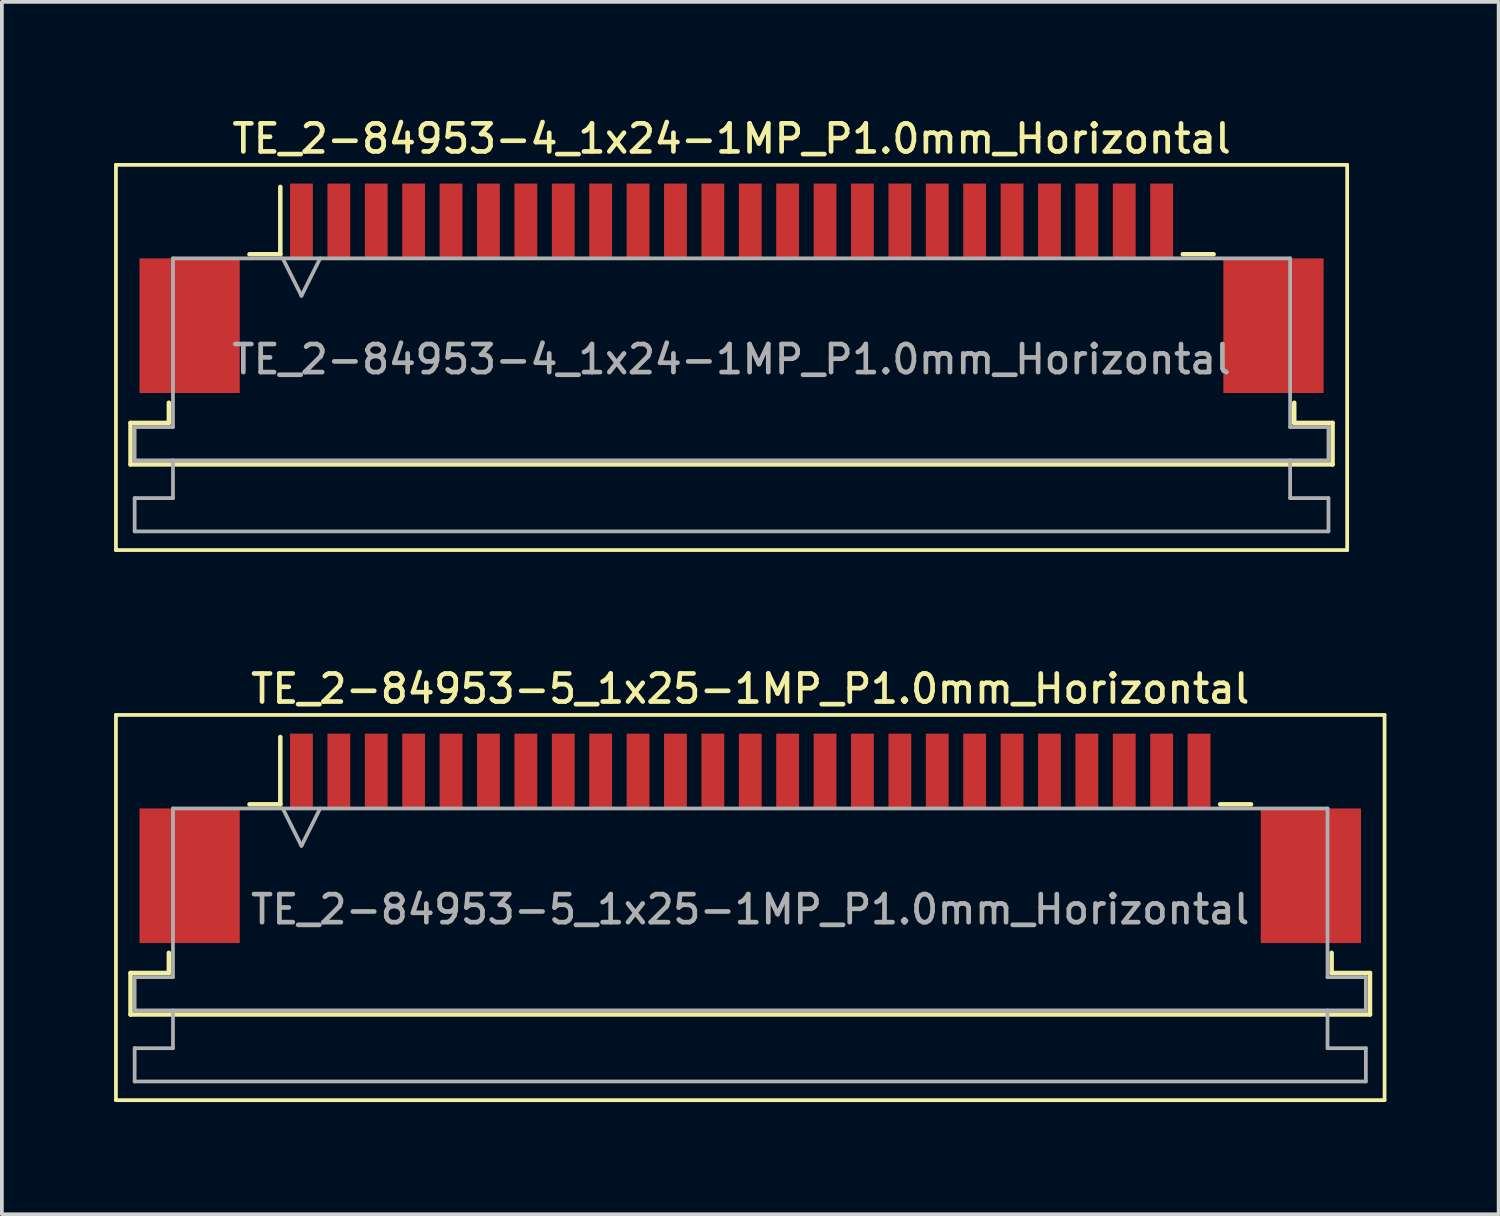
<source format=kicad_pcb>
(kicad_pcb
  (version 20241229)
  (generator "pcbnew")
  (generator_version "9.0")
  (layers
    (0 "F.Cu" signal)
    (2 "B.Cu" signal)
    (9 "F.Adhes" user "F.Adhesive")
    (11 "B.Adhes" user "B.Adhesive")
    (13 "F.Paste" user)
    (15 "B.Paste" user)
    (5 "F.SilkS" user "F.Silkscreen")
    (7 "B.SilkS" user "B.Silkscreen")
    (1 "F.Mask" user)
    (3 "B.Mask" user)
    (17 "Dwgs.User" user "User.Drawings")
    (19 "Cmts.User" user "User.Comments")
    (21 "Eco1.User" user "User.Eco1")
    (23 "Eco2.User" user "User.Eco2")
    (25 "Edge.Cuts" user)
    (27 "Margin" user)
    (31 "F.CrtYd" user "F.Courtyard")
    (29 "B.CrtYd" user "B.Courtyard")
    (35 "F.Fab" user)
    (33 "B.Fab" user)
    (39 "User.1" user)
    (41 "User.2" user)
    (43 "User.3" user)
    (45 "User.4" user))
  (footprint "TE_2-84953-5_1x25-1MP_P1.0mm_Horizontal"
    (layer "F.Cu")
    (at 17.01 19.366)
    (property "Reference" "TE_2-84953-5_1x25-1MP_P1.0mm_Horizontal" (at 0 -4 0) (layer "F.SilkS") (effects (font (size 0.75 0.75) (thickness 0.125))))
    (attr smd)
    (fp_line (start -16.96 -3.3) (end -16.96 7) (stroke (width 0.1) (type solid)) (layer "F.SilkS"))
    (fp_line (start -16.96 7) (end 16.96 7) (stroke (width 0.1) (type solid)) (layer "F.SilkS"))
    (fp_line (start -16.57 3.6) (end -15.545 3.6) (stroke (width 0.12) (type solid)) (layer "F.SilkS"))
    (fp_line (start -16.57 4.71) (end -16.57 3.6) (stroke (width 0.12) (type solid)) (layer "F.SilkS"))
    (fp_line (start -15.545 3.6) (end -15.545 3.06) (stroke (width 0.12) (type solid)) (layer "F.SilkS"))
    (fp_line (start -13.39 -0.91) (end -12.565 -0.91) (stroke (width 0.12) (type solid)) (layer "F.SilkS"))
    (fp_line (start -12.565 -0.91) (end -12.565 -2.71) (stroke (width 0.12) (type solid)) (layer "F.SilkS"))
    (fp_line (start 12.565 -0.91) (end 13.39 -0.91) (stroke (width 0.12) (type solid)) (layer "F.SilkS"))
    (fp_line (start 15.545 3.06) (end 15.545 3.6) (stroke (width 0.12) (type solid)) (layer "F.SilkS"))
    (fp_line (start 15.545 3.6) (end 16.57 3.6) (stroke (width 0.12) (type solid)) (layer "F.SilkS"))
    (fp_line (start 16.57 3.6) (end 16.57 4.71) (stroke (width 0.12) (type solid)) (layer "F.SilkS"))
    (fp_line (start 16.57 4.71) (end -16.57 4.71) (stroke (width 0.12) (type solid)) (layer "F.SilkS"))
    (fp_line (start 16.96 -3.3) (end -16.96 -3.3) (stroke (width 0.1) (type solid)) (layer "F.SilkS"))
    (fp_line (start 16.96 7) (end 16.96 -3.3) (stroke (width 0.1) (type solid)) (layer "F.SilkS"))
    (fp_line (start -16.46 3.71) (end -15.435 3.71) (stroke (width 0.1) (type solid)) (layer "F.Fab"))
    (fp_line (start -16.46 4.6) (end -16.46 3.71) (stroke (width 0.1) (type solid)) (layer "F.Fab"))
    (fp_line (start -16.46 5.61) (end -15.435 5.61) (stroke (width 0.1) (type solid)) (layer "F.Fab"))
    (fp_line (start -16.46 6.5) (end -16.46 5.61) (stroke (width 0.1) (type solid)) (layer "F.Fab"))
    (fp_line (start -15.435 -0.8) (end 15.435 -0.8) (stroke (width 0.1) (type solid)) (layer "F.Fab"))
    (fp_line (start -15.435 3.71) (end -15.435 -0.8) (stroke (width 0.1) (type solid)) (layer "F.Fab"))
    (fp_line (start -15.435 5.61) (end -15.435 4.6) (stroke (width 0.1) (type solid)) (layer "F.Fab"))
    (fp_line (start -12.5 -0.8) (end -12 0.2) (stroke (width 0.1) (type solid)) (layer "F.Fab"))
    (fp_line (start -12 0.2) (end -11.5 -0.8) (stroke (width 0.1) (type solid)) (layer "F.Fab"))
    (fp_line (start 15.435 -0.8) (end 15.435 3.71) (stroke (width 0.1) (type solid)) (layer "F.Fab"))
    (fp_line (start 15.435 3.71) (end 16.46 3.71) (stroke (width 0.1) (type solid)) (layer "F.Fab"))
    (fp_line (start 15.435 4.6) (end 15.435 5.61) (stroke (width 0.1) (type solid)) (layer "F.Fab"))
    (fp_line (start 15.435 5.61) (end 16.46 5.61) (stroke (width 0.1) (type solid)) (layer "F.Fab"))
    (fp_line (start 16.46 3.71) (end 16.46 4.6) (stroke (width 0.1) (type solid)) (layer "F.Fab"))
    (fp_line (start 16.46 4.6) (end -16.46 4.6) (stroke (width 0.1) (type solid)) (layer "F.Fab"))
    (fp_line (start 16.46 5.61) (end 16.46 6.5) (stroke (width 0.1) (type solid)) (layer "F.Fab"))
    (fp_line (start 16.46 6.5) (end -16.46 6.5) (stroke (width 0.1) (type solid)) (layer "F.Fab"))
    (fp_text user "${REFERENCE}" (at 0 1.9 0) (layer "F.Fab") (effects (font (size 0.75 0.75) (thickness 0.125))))
    (pad "1" smd rect (at -12 -1.8) (size 0.61 2) (layers "F.Cu" "F.Mask" "F.Paste"))
    (pad "2" smd rect (at -11 -1.8) (size 0.61 2) (layers "F.Cu" "F.Mask" "F.Paste"))
    (pad "3" smd rect (at -10 -1.8) (size 0.61 2) (layers "F.Cu" "F.Mask" "F.Paste"))
    (pad "4" smd rect (at -9 -1.8) (size 0.61 2) (layers "F.Cu" "F.Mask" "F.Paste"))
    (pad "5" smd rect (at -8 -1.8) (size 0.61 2) (layers "F.Cu" "F.Mask" "F.Paste"))
    (pad "6" smd rect (at -7 -1.8) (size 0.61 2) (layers "F.Cu" "F.Mask" "F.Paste"))
    (pad "7" smd rect (at -6 -1.8) (size 0.61 2) (layers "F.Cu" "F.Mask" "F.Paste"))
    (pad "8" smd rect (at -5 -1.8) (size 0.61 2) (layers "F.Cu" "F.Mask" "F.Paste"))
    (pad "9" smd rect (at -4 -1.8) (size 0.61 2) (layers "F.Cu" "F.Mask" "F.Paste"))
    (pad "10" smd rect (at -3 -1.8) (size 0.61 2) (layers "F.Cu" "F.Mask" "F.Paste"))
    (pad "11" smd rect (at -2 -1.8) (size 0.61 2) (layers "F.Cu" "F.Mask" "F.Paste"))
    (pad "12" smd rect (at -1 -1.8) (size 0.61 2) (layers "F.Cu" "F.Mask" "F.Paste"))
    (pad "13" smd rect (at 0 -1.8) (size 0.61 2) (layers "F.Cu" "F.Mask" "F.Paste"))
    (pad "14" smd rect (at 1 -1.8) (size 0.61 2) (layers "F.Cu" "F.Mask" "F.Paste"))
    (pad "15" smd rect (at 2 -1.8) (size 0.61 2) (layers "F.Cu" "F.Mask" "F.Paste"))
    (pad "16" smd rect (at 3 -1.8) (size 0.61 2) (layers "F.Cu" "F.Mask" "F.Paste"))
    (pad "17" smd rect (at 4 -1.8) (size 0.61 2) (layers "F.Cu" "F.Mask" "F.Paste"))
    (pad "18" smd rect (at 5 -1.8) (size 0.61 2) (layers "F.Cu" "F.Mask" "F.Paste"))
    (pad "19" smd rect (at 6 -1.8) (size 0.61 2) (layers "F.Cu" "F.Mask" "F.Paste"))
    (pad "20" smd rect (at 7 -1.8) (size 0.61 2) (layers "F.Cu" "F.Mask" "F.Paste"))
    (pad "21" smd rect (at 8 -1.8) (size 0.61 2) (layers "F.Cu" "F.Mask" "F.Paste"))
    (pad "22" smd rect (at 9 -1.8) (size 0.61 2) (layers "F.Cu" "F.Mask" "F.Paste"))
    (pad "23" smd rect (at 10 -1.8) (size 0.61 2) (layers "F.Cu" "F.Mask" "F.Paste"))
    (pad "24" smd rect (at 11 -1.8) (size 0.61 2) (layers "F.Cu" "F.Mask" "F.Paste"))
    (pad "25" smd rect (at 12 -1.8) (size 0.61 2) (layers "F.Cu" "F.Mask" "F.Paste"))
    (pad "MP" smd rect (at -14.99 1) (size 2.68 3.6) (layers "F.Cu" "F.Mask" "F.Paste"))
    (pad "MP" smd rect (at 14.99 1) (size 2.68 3.6) (layers "F.Cu" "F.Mask" "F.Paste")))
  (footprint "TE_2-84953-4_1x24-1MP_P1.0mm_Horizontal"
    (layer "F.Cu")
    (at 16.51 4.658)
    (property "Reference" "TE_2-84953-4_1x24-1MP_P1.0mm_Horizontal" (at 0 -4 0) (layer "F.SilkS") (effects (font (size 0.75 0.75) (thickness 0.125))))
    (attr smd)
    (fp_line (start -16.46 -3.3) (end -16.46 7) (stroke (width 0.1) (type solid)) (layer "F.SilkS"))
    (fp_line (start -16.46 7) (end 16.46 7) (stroke (width 0.1) (type solid)) (layer "F.SilkS"))
    (fp_line (start -16.07 3.6) (end -15.045 3.6) (stroke (width 0.12) (type solid)) (layer "F.SilkS"))
    (fp_line (start -16.07 4.71) (end -16.07 3.6) (stroke (width 0.12) (type solid)) (layer "F.SilkS"))
    (fp_line (start -15.045 3.6) (end -15.045 3.06) (stroke (width 0.12) (type solid)) (layer "F.SilkS"))
    (fp_line (start -12.89 -0.91) (end -12.065 -0.91) (stroke (width 0.12) (type solid)) (layer "F.SilkS"))
    (fp_line (start -12.065 -0.91) (end -12.065 -2.71) (stroke (width 0.12) (type solid)) (layer "F.SilkS"))
    (fp_line (start 12.065 -0.91) (end 12.89 -0.91) (stroke (width 0.12) (type solid)) (layer "F.SilkS"))
    (fp_line (start 15.045 3.06) (end 15.045 3.6) (stroke (width 0.12) (type solid)) (layer "F.SilkS"))
    (fp_line (start 15.045 3.6) (end 16.07 3.6) (stroke (width 0.12) (type solid)) (layer "F.SilkS"))
    (fp_line (start 16.07 3.6) (end 16.07 4.71) (stroke (width 0.12) (type solid)) (layer "F.SilkS"))
    (fp_line (start 16.07 4.71) (end -16.07 4.71) (stroke (width 0.12) (type solid)) (layer "F.SilkS"))
    (fp_line (start 16.46 -3.3) (end -16.46 -3.3) (stroke (width 0.1) (type solid)) (layer "F.SilkS"))
    (fp_line (start 16.46 7) (end 16.46 -3.3) (stroke (width 0.1) (type solid)) (layer "F.SilkS"))
    (fp_line (start -15.96 3.71) (end -14.935 3.71) (stroke (width 0.1) (type solid)) (layer "F.Fab"))
    (fp_line (start -15.96 4.6) (end -15.96 3.71) (stroke (width 0.1) (type solid)) (layer "F.Fab"))
    (fp_line (start -15.96 5.61) (end -14.935 5.61) (stroke (width 0.1) (type solid)) (layer "F.Fab"))
    (fp_line (start -15.96 6.5) (end -15.96 5.61) (stroke (width 0.1) (type solid)) (layer "F.Fab"))
    (fp_line (start -14.935 -0.8) (end 14.935 -0.8) (stroke (width 0.1) (type solid)) (layer "F.Fab"))
    (fp_line (start -14.935 3.71) (end -14.935 -0.8) (stroke (width 0.1) (type solid)) (layer "F.Fab"))
    (fp_line (start -14.935 5.61) (end -14.935 4.6) (stroke (width 0.1) (type solid)) (layer "F.Fab"))
    (fp_line (start -12 -0.8) (end -11.5 0.2) (stroke (width 0.1) (type solid)) (layer "F.Fab"))
    (fp_line (start -11.5 0.2) (end -11 -0.8) (stroke (width 0.1) (type solid)) (layer "F.Fab"))
    (fp_line (start 14.935 -0.8) (end 14.935 3.71) (stroke (width 0.1) (type solid)) (layer "F.Fab"))
    (fp_line (start 14.935 3.71) (end 15.96 3.71) (stroke (width 0.1) (type solid)) (layer "F.Fab"))
    (fp_line (start 14.935 4.6) (end 14.935 5.61) (stroke (width 0.1) (type solid)) (layer "F.Fab"))
    (fp_line (start 14.935 5.61) (end 15.96 5.61) (stroke (width 0.1) (type solid)) (layer "F.Fab"))
    (fp_line (start 15.96 3.71) (end 15.96 4.6) (stroke (width 0.1) (type solid)) (layer "F.Fab"))
    (fp_line (start 15.96 4.6) (end -15.96 4.6) (stroke (width 0.1) (type solid)) (layer "F.Fab"))
    (fp_line (start 15.96 5.61) (end 15.96 6.5) (stroke (width 0.1) (type solid)) (layer "F.Fab"))
    (fp_line (start 15.96 6.5) (end -15.96 6.5) (stroke (width 0.1) (type solid)) (layer "F.Fab"))
    (fp_text user "${REFERENCE}" (at 0 1.9 0) (layer "F.Fab") (effects (font (size 0.75 0.75) (thickness 0.125))))
    (pad "1" smd rect (at -11.5 -1.8) (size 0.61 2) (layers "F.Cu" "F.Mask" "F.Paste"))
    (pad "2" smd rect (at -10.5 -1.8) (size 0.61 2) (layers "F.Cu" "F.Mask" "F.Paste"))
    (pad "3" smd rect (at -9.5 -1.8) (size 0.61 2) (layers "F.Cu" "F.Mask" "F.Paste"))
    (pad "4" smd rect (at -8.5 -1.8) (size 0.61 2) (layers "F.Cu" "F.Mask" "F.Paste"))
    (pad "5" smd rect (at -7.5 -1.8) (size 0.61 2) (layers "F.Cu" "F.Mask" "F.Paste"))
    (pad "6" smd rect (at -6.5 -1.8) (size 0.61 2) (layers "F.Cu" "F.Mask" "F.Paste"))
    (pad "7" smd rect (at -5.5 -1.8) (size 0.61 2) (layers "F.Cu" "F.Mask" "F.Paste"))
    (pad "8" smd rect (at -4.5 -1.8) (size 0.61 2) (layers "F.Cu" "F.Mask" "F.Paste"))
    (pad "9" smd rect (at -3.5 -1.8) (size 0.61 2) (layers "F.Cu" "F.Mask" "F.Paste"))
    (pad "10" smd rect (at -2.5 -1.8) (size 0.61 2) (layers "F.Cu" "F.Mask" "F.Paste"))
    (pad "11" smd rect (at -1.5 -1.8) (size 0.61 2) (layers "F.Cu" "F.Mask" "F.Paste"))
    (pad "12" smd rect (at -0.5 -1.8) (size 0.61 2) (layers "F.Cu" "F.Mask" "F.Paste"))
    (pad "13" smd rect (at 0.5 -1.8) (size 0.61 2) (layers "F.Cu" "F.Mask" "F.Paste"))
    (pad "14" smd rect (at 1.5 -1.8) (size 0.61 2) (layers "F.Cu" "F.Mask" "F.Paste"))
    (pad "15" smd rect (at 2.5 -1.8) (size 0.61 2) (layers "F.Cu" "F.Mask" "F.Paste"))
    (pad "16" smd rect (at 3.5 -1.8) (size 0.61 2) (layers "F.Cu" "F.Mask" "F.Paste"))
    (pad "17" smd rect (at 4.5 -1.8) (size 0.61 2) (layers "F.Cu" "F.Mask" "F.Paste"))
    (pad "18" smd rect (at 5.5 -1.8) (size 0.61 2) (layers "F.Cu" "F.Mask" "F.Paste"))
    (pad "19" smd rect (at 6.5 -1.8) (size 0.61 2) (layers "F.Cu" "F.Mask" "F.Paste"))
    (pad "20" smd rect (at 7.5 -1.8) (size 0.61 2) (layers "F.Cu" "F.Mask" "F.Paste"))
    (pad "21" smd rect (at 8.5 -1.8) (size 0.61 2) (layers "F.Cu" "F.Mask" "F.Paste"))
    (pad "22" smd rect (at 9.5 -1.8) (size 0.61 2) (layers "F.Cu" "F.Mask" "F.Paste"))
    (pad "23" smd rect (at 10.5 -1.8) (size 0.61 2) (layers "F.Cu" "F.Mask" "F.Paste"))
    (pad "24" smd rect (at 11.5 -1.8) (size 0.61 2) (layers "F.Cu" "F.Mask" "F.Paste"))
    (pad "MP" smd rect (at -14.49 1) (size 2.68 3.6) (layers "F.Cu" "F.Mask" "F.Paste"))
    (pad "MP" smd rect (at 14.49 1) (size 2.68 3.6) (layers "F.Cu" "F.Mask" "F.Paste")))
  (gr_rect
    (start -3 -3)
    (end 37.02 29.416)
    (stroke (width 0.1) (type default))
    (fill no)
    (layer "Edge.Cuts")))
</source>
